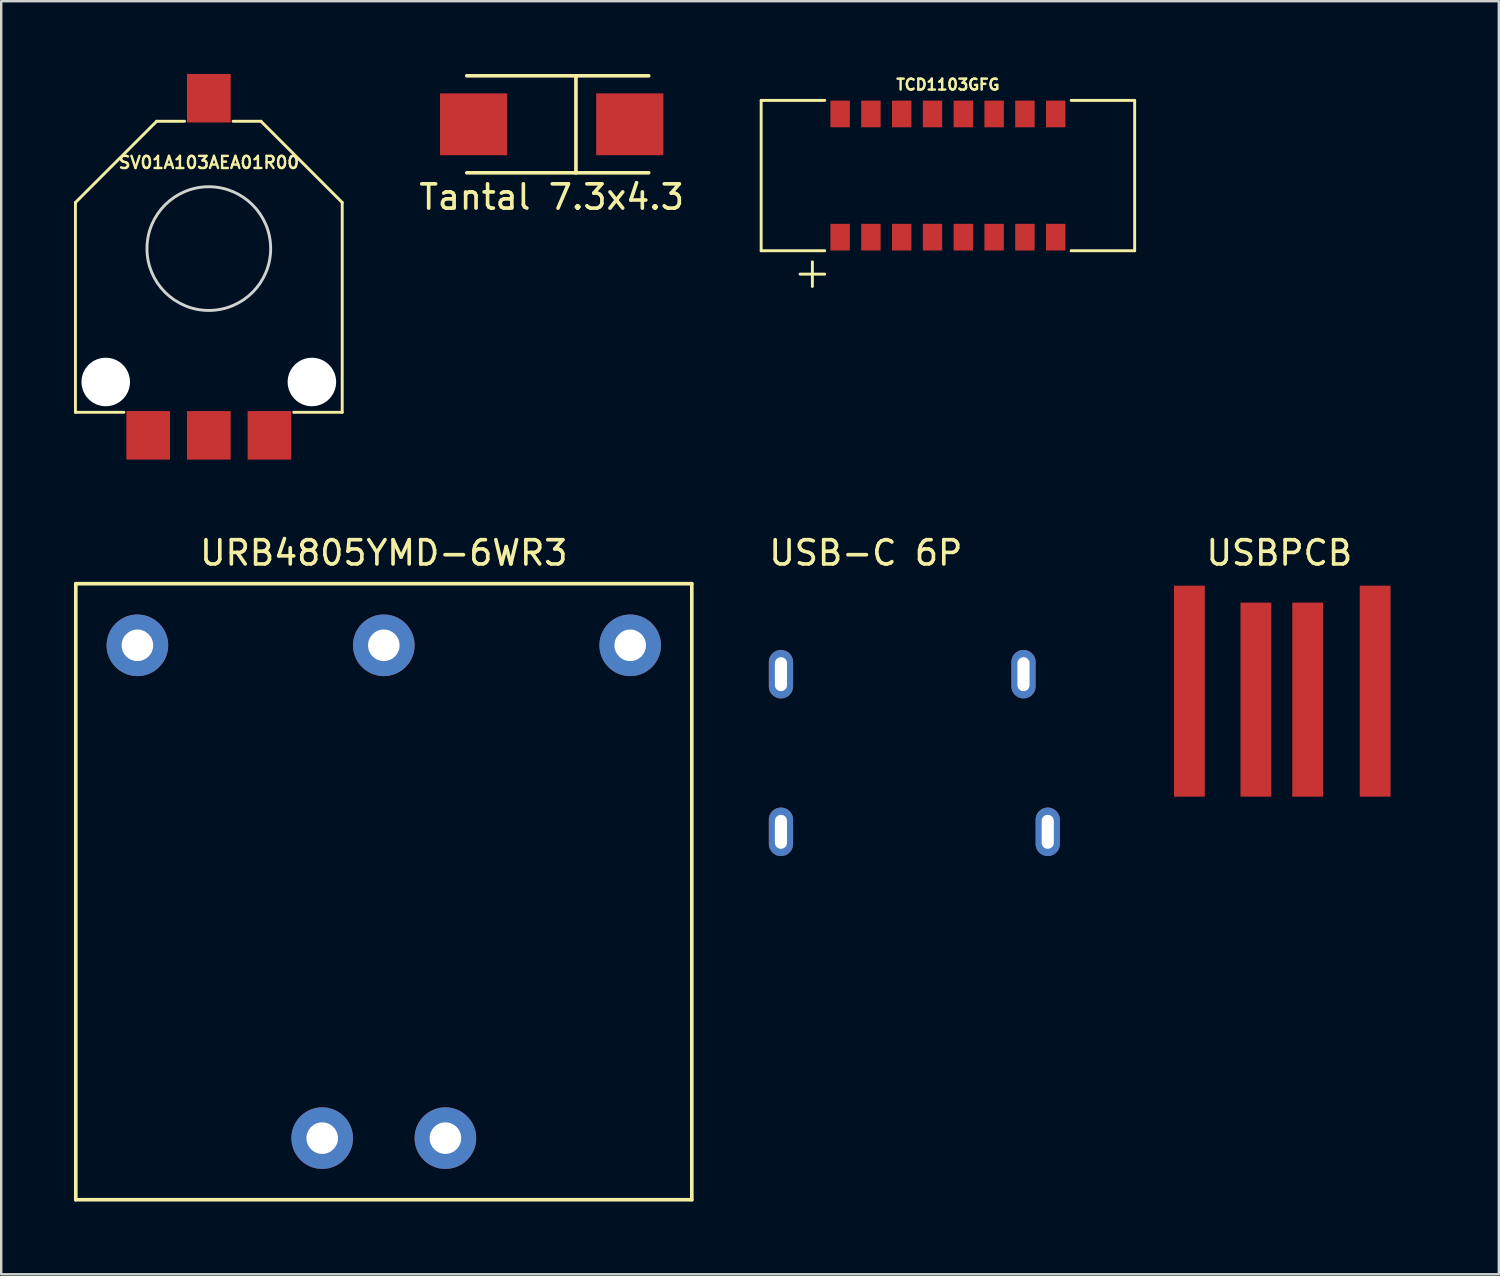
<source format=kicad_pcb>
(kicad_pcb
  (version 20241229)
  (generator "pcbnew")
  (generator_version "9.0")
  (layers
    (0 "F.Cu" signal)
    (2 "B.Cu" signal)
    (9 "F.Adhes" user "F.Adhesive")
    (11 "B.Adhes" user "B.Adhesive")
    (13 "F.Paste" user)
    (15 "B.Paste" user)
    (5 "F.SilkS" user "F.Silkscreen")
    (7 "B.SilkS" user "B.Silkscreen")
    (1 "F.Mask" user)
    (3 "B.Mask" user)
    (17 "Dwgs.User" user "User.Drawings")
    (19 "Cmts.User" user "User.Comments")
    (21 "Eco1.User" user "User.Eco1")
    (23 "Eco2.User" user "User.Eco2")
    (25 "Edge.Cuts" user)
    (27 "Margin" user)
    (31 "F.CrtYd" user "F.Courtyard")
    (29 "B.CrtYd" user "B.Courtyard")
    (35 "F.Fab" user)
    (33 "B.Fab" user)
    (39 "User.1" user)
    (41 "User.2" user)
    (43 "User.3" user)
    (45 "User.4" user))
  (footprint "SV01A103AEA01R00"
    (layer "F.Cu")
    (at 5.56 7.2)
    (property "Reference" "SV01A103AEA01R00" (at 0 -3.55 0) (layer "F.SilkS") (effects (font (size 0.5 0.5) (thickness 0.1))))
    (attr through_hole)
    (fp_line (start -5.5 -1.9) (end -5.5 6.75) (stroke (width 0.12) (type solid)) (layer "F.SilkS"))
    (fp_line (start -3.5 6.75) (end -5.5 6.75) (stroke (width 0.12) (type solid)) (layer "F.SilkS"))
    (fp_line (start -2.15 -5.25) (end -5.5 -1.9) (stroke (width 0.12) (type solid)) (layer "F.SilkS"))
    (fp_line (start -1 -5.25) (end -2.15 -5.25) (stroke (width 0.12) (type solid)) (layer "F.SilkS"))
    (fp_line (start 2.15 -5.25) (end 1 -5.25) (stroke (width 0.12) (type solid)) (layer "F.SilkS"))
    (fp_line (start 2.15 -5.25) (end 5.5 -1.9) (stroke (width 0.12) (type solid)) (layer "F.SilkS"))
    (fp_line (start 5.5 -1.9) (end 5.5 6.75) (stroke (width 0.12) (type solid)) (layer "F.SilkS"))
    (fp_line (start 5.5 6.75) (end 3.5 6.75) (stroke (width 0.12) (type solid)) (layer "F.SilkS"))
    (fp_circle (center 0 0) (end 2.55 0) (stroke (width 0.12) (type solid)) (fill no) (layer "Edge.Cuts"))
    (pad "" np_thru_hole circle (at -4.25 5.5) (size 2 2) (drill 2) (layers "*.Cu" "*.Mask"))
    (pad "" np_thru_hole circle (at 4.25 5.5) (size 2 2) (drill 2) (layers "*.Cu" "*.Mask"))
    (pad "1" smd rect (at -2.5 7.7) (size 1.8 2) (layers "F.Cu" "F.Mask" "F.Paste"))
    (pad "2" smd rect (at 0 7.7) (size 1.8 2) (layers "F.Cu" "F.Mask" "F.Paste"))
    (pad "3" smd rect (at 2.5 7.7 180) (size 1.8 2) (layers "F.Cu" "F.Mask" "F.Paste"))
    (pad "NC" smd rect (at 0 -6.2) (size 1.8 2) (layers "F.Cu" "F.Mask" "F.Paste")))
  (footprint "USB-C 6P"
    (layer "F.Cu")
    (at 32.651 24.748)
    (property "Reference" "USB-C 6P" (at 0 -5 0) (layer "F.SilkS") (effects (font (size 1 1) (thickness 0.15))))
    (attr through_hole)
    (pad "GND" thru_hole oval (at -3.5 0) (size 1 2) (drill oval 0.5 1.4) (layers "*.Cu" "*.Mask"))
    (pad "GND" thru_hole oval (at -3.5 6.5) (size 1 2) (drill oval 0.5 1.4) (layers "*.Cu" "*.Mask"))
    (pad "GND" thru_hole oval (at 6.5 0) (size 1 2) (drill oval 0.5 1.4) (layers "*.Cu" "*.Mask"))
    (pad "GND" thru_hole oval (at 7.5 6.5) (size 1 2) (drill oval 0.5 1.4) (layers "*.Cu" "*.Mask")))
  (footprint "USBPCB"
    (layer "F.Cu")
    (at 49.801 33.798)
    (property "Reference" "USBPCB" (at -0.1 -14.05 0) (layer "F.SilkS") (effects (font (size 1 1) (thickness 0.15))))
    (attr through_hole)
    (fp_line (start -6.1 0) (end -6.1 -13.3) (stroke (width 0.1) (type solid)) (layer "Eco1.User"))
    (fp_line (start -0.1 -13.3) (end -6.1 -13.3) (stroke (width 0.1) (type solid)) (layer "Eco1.User"))
    (fp_line (start -0.1 -13.3) (end 5.9 -13.3) (stroke (width 0.1) (type solid)) (layer "Eco1.User"))
    (fp_line (start 5.9 -13.3) (end 5.9 0) (stroke (width 0.1) (type solid)) (layer "Eco1.User"))
    (pad "1" smd rect (at -3.81 -8.35) (size 1.27 8.7) (layers "F.Cu" "F.Mask" "F.Paste"))
    (pad "2" smd rect (at -1.067 -8) (size 1.27 8) (layers "F.Cu" "F.Mask" "F.Paste"))
    (pad "3" smd rect (at 1.067 -8) (size 1.27 8) (layers "F.Cu" "F.Mask" "F.Paste"))
    (pad "4" smd rect (at 3.85 -8.35) (size 1.27 8.7) (layers "F.Cu" "F.Mask" "F.Paste")))
  (footprint "URB4805YMD-6WR3"
    (layer "F.Cu")
    (at 12.775 33.718)
    (property "Reference" "URB4805YMD-6WR3" (at 0 -13.97 0) (layer "F.SilkS") (effects (font (size 1 1) (thickness 0.15))))
    (attr through_hole)
    (fp_line (start -12.7 -12.7) (end 12.7 -12.7) (stroke (width 0.15) (type solid)) (layer "F.SilkS"))
    (fp_line (start -12.7 12.7) (end -12.7 -12.7) (stroke (width 0.15) (type solid)) (layer "F.SilkS"))
    (fp_line (start 12.7 -12.7) (end 12.7 12.7) (stroke (width 0.15) (type solid)) (layer "F.SilkS"))
    (fp_line (start 12.7 12.7) (end -12.7 12.7) (stroke (width 0.15) (type solid)) (layer "F.SilkS"))
    (pad "1" thru_hole circle (at -2.54 10.16) (size 2.54 2.54) (drill 1.3) (layers "*.Cu" "*.Mask"))
    (pad "2" thru_hole circle (at 2.54 10.16) (size 2.54 2.54) (drill 1.3) (layers "*.Cu" "*.Mask"))
    (pad "3" thru_hole circle (at 10.16 -10.16) (size 2.54 2.54) (drill 1.3) (layers "*.Cu" "*.Mask"))
    (pad "4" thru_hole circle (at 0 -10.16) (size 2.54 2.54) (drill 1.3) (layers "*.Cu" "*.Mask"))
    (pad "5" thru_hole circle (at -10.16 -10.16) (size 2.54 2.54) (drill 1.3) (layers "*.Cu" "*.Mask")))
  (footprint "Tantal 7.3x4.3"
    (layer "F.Cu")
    (at 19.697 2.075)
    (property "Reference" "Tantal 7.3x4.3" (at 0 3 0) (layer "F.SilkS") (effects (font (size 1 1) (thickness 0.15))))
    (attr through_hole)
    (fp_line (start -3.5 2) (end 1 2) (stroke (width 0.15) (type solid)) (layer "F.SilkS"))
    (fp_line (start 1 -2) (end 1 2) (stroke (width 0.15) (type solid)) (layer "F.SilkS"))
    (fp_line (start 1 2) (end 4 2) (stroke (width 0.15) (type solid)) (layer "F.SilkS"))
    (fp_line (start 4 -2) (end -3.5 -2) (stroke (width 0.15) (type solid)) (layer "F.SilkS"))
    (pad "1" smd rect (at -3.22 0) (size 2.77 2.55) (layers "F.Cu" "F.Mask" "F.Paste"))
    (pad "2" smd rect (at 3.22 0) (size 2.77 2.55) (layers "F.Cu" "F.Mask" "F.Paste")))
  (footprint "TCD1103GFG"
    (layer "F.Cu")
    (at 36.035 4.189)
    (property "Reference" "TCD1103GFG" (at 0 -3.75 0) (layer "F.SilkS") (effects (font (size 0.45 0.45) (thickness 0.1))))
    (attr through_hole)
    (fp_line (start -7.7 -3.1) (end -7.7 3.1) (stroke (width 0.12) (type solid)) (layer "F.SilkS"))
    (fp_line (start -5.588 3.556) (end -5.588 4.572) (stroke (width 0.12) (type solid)) (layer "F.SilkS"))
    (fp_line (start -5.08 -3.1) (end -7.7 -3.1) (stroke (width 0.12) (type solid)) (layer "F.SilkS"))
    (fp_line (start -5.08 3.1) (end -7.7 3.1) (stroke (width 0.12) (type solid)) (layer "F.SilkS"))
    (fp_line (start -5.08 4.064) (end -6.096 4.064) (stroke (width 0.12) (type solid)) (layer "F.SilkS"))
    (fp_line (start 7.7 -3.1) (end 5.08 -3.1) (stroke (width 0.12) (type solid)) (layer "F.SilkS"))
    (fp_line (start 7.7 -3.1) (end 7.7 3.1) (stroke (width 0.12) (type solid)) (layer "F.SilkS"))
    (fp_line (start 7.7 3.1) (end 5.08 3.1) (stroke (width 0.12) (type solid)) (layer "F.SilkS"))
    (fp_line (start -4.125 -0.15) (end 4.125 -0.15) (stroke (width 0.12) (type solid)) (layer "Eco1.User"))
    (pad "1" smd rect (at -4.445 2.54) (size 0.8 1.1) (layers "F.Cu" "F.Mask" "F.Paste"))
    (pad "2" smd rect (at -3.175 2.54) (size 0.8 1.1) (layers "F.Cu" "F.Mask" "F.Paste"))
    (pad "3" smd rect (at -1.905 2.54) (size 0.8 1.1) (layers "F.Cu" "F.Mask" "F.Paste"))
    (pad "4" smd rect (at -0.635 2.54) (size 0.8 1.1) (layers "F.Cu" "F.Mask" "F.Paste"))
    (pad "5" smd rect (at 0.635 2.54) (size 0.8 1.1) (layers "F.Cu" "F.Mask" "F.Paste"))
    (pad "6" smd rect (at 1.905 2.54) (size 0.8 1.1) (layers "F.Cu" "F.Mask" "F.Paste"))
    (pad "7" smd rect (at 3.175 2.54) (size 0.8 1.1) (layers "F.Cu" "F.Mask" "F.Paste"))
    (pad "8" smd rect (at 4.445 2.54) (size 0.8 1.1) (layers "F.Cu" "F.Mask" "F.Paste"))
    (pad "9" smd rect (at 4.445 -2.54) (size 0.8 1.1) (layers "F.Cu" "F.Mask" "F.Paste"))
    (pad "10" smd rect (at 3.175 -2.54) (size 0.8 1.1) (layers "F.Cu" "F.Mask" "F.Paste"))
    (pad "11" smd rect (at 1.905 -2.54) (size 0.8 1.1) (layers "F.Cu" "F.Mask" "F.Paste"))
    (pad "12" smd rect (at 0.635 -2.54) (size 0.8 1.1) (layers "F.Cu" "F.Mask" "F.Paste"))
    (pad "13" smd rect (at -0.635 -2.54) (size 0.8 1.1) (layers "F.Cu" "F.Mask" "F.Paste"))
    (pad "14" smd rect (at -1.905 -2.54) (size 0.8 1.1) (layers "F.Cu" "F.Mask" "F.Paste"))
    (pad "15" smd rect (at -3.175 -2.54) (size 0.8 1.1) (layers "F.Cu" "F.Mask" "F.Paste"))
    (pad "16" smd rect (at -4.445 -2.54) (size 0.8 1.1) (layers "F.Cu" "F.Mask" "F.Paste")))
  (gr_rect
    (start -3 -3)
    (end 58.751 49.493)
    (stroke (width 0.1) (type default))
    (fill no)
    (layer "Edge.Cuts")))
</source>
